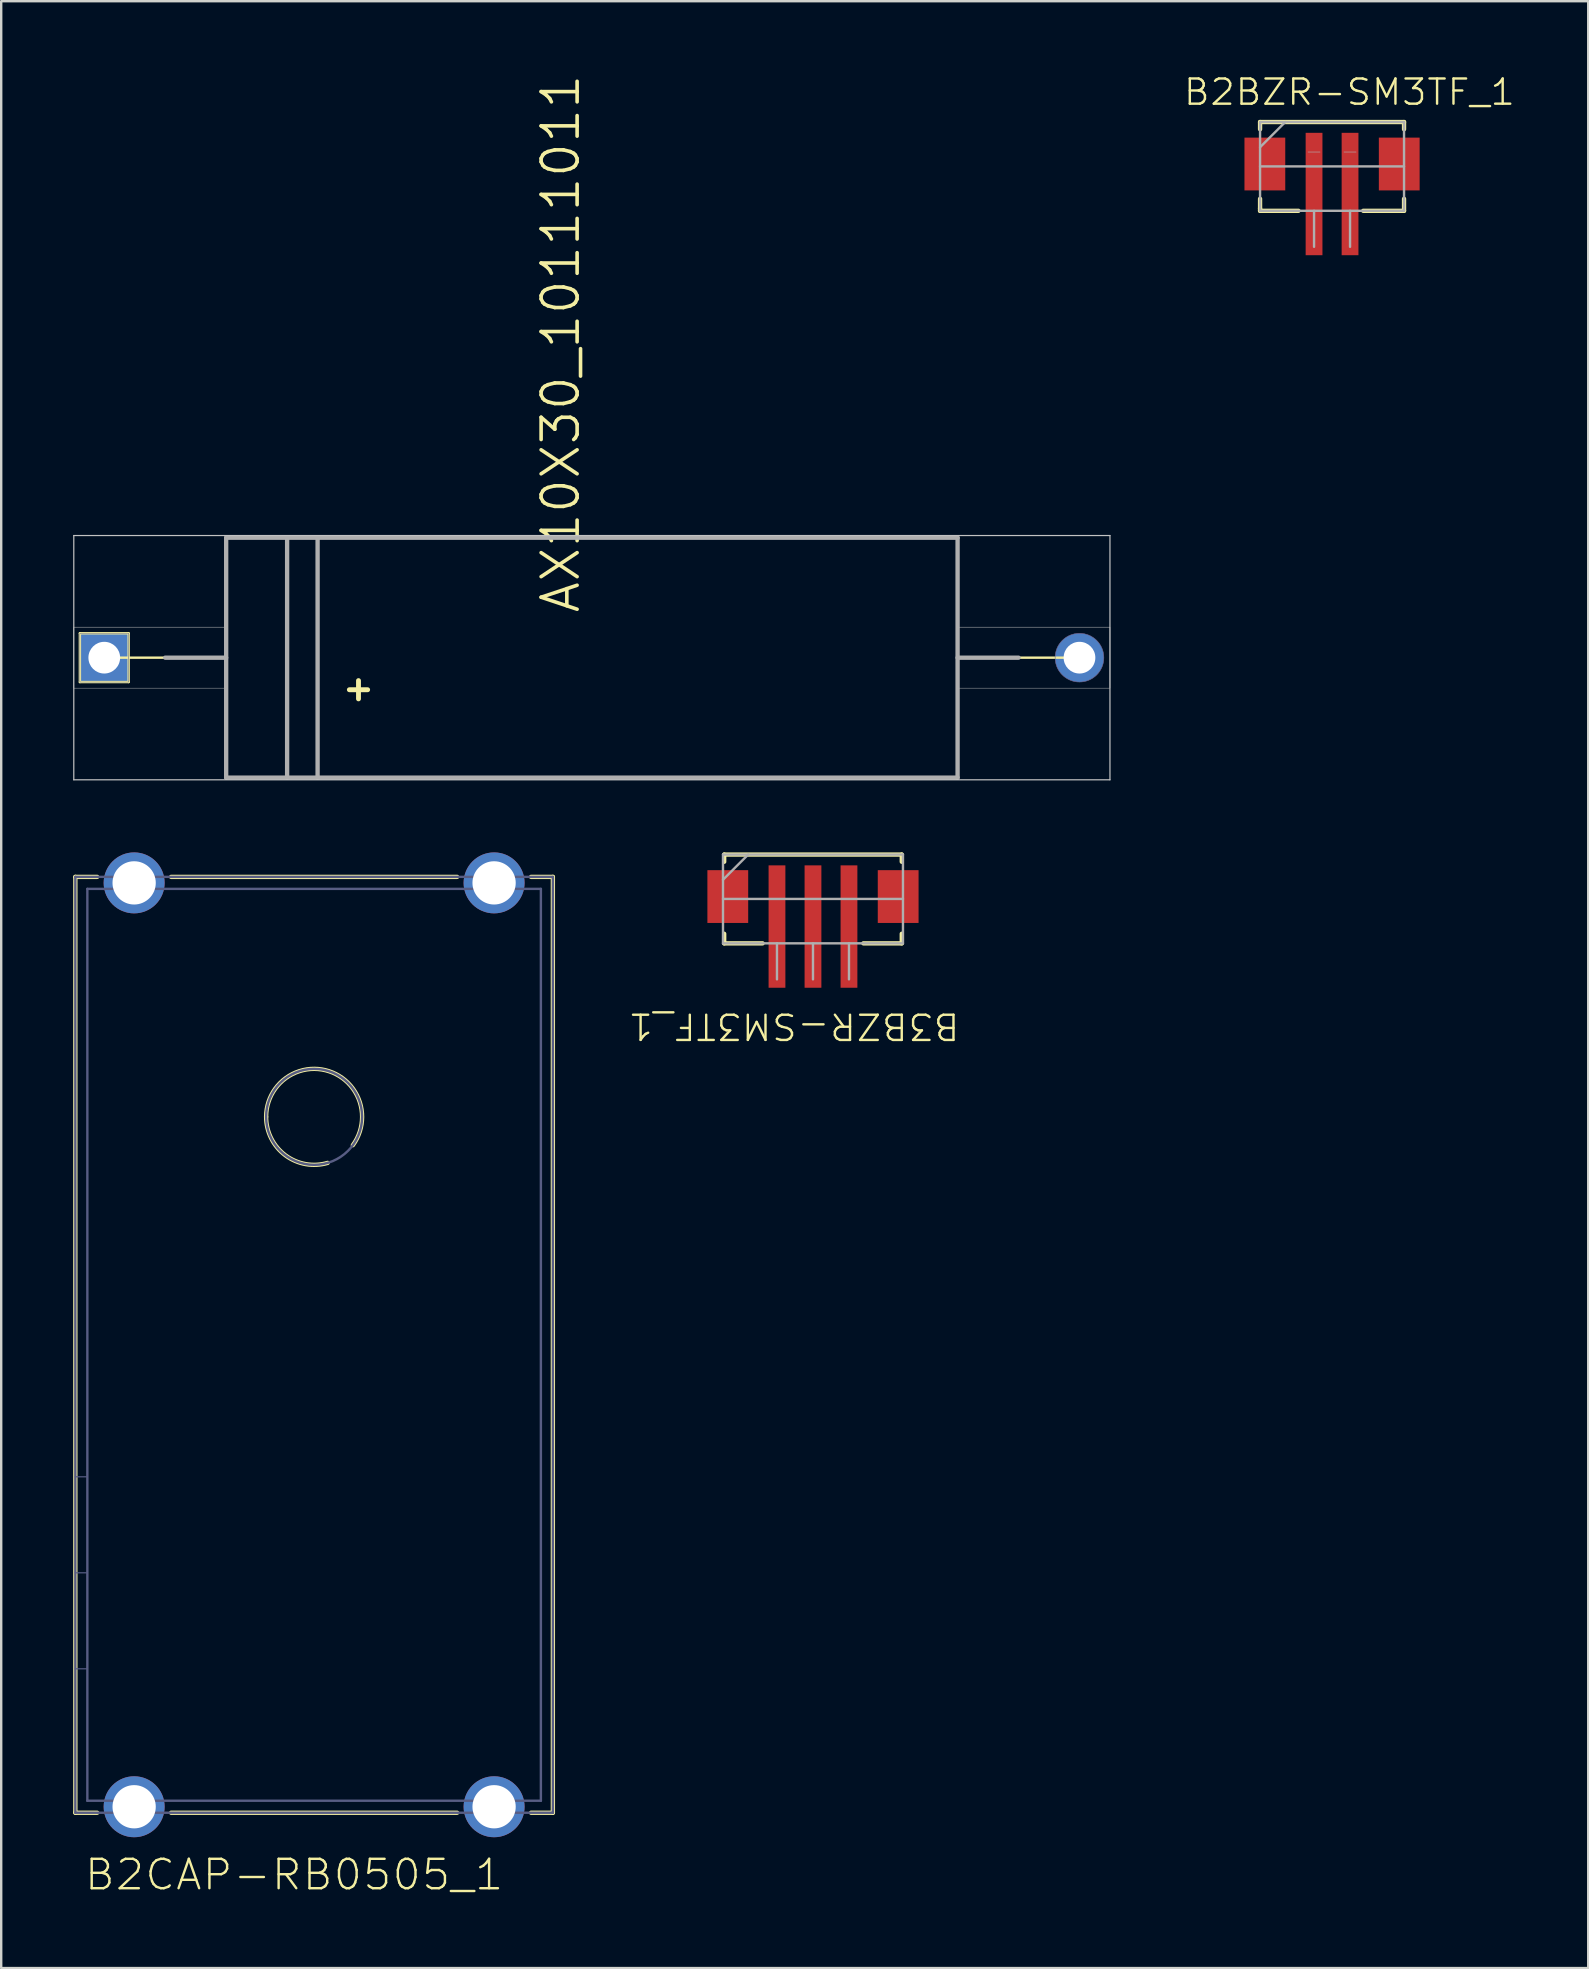
<source format=kicad_pcb>
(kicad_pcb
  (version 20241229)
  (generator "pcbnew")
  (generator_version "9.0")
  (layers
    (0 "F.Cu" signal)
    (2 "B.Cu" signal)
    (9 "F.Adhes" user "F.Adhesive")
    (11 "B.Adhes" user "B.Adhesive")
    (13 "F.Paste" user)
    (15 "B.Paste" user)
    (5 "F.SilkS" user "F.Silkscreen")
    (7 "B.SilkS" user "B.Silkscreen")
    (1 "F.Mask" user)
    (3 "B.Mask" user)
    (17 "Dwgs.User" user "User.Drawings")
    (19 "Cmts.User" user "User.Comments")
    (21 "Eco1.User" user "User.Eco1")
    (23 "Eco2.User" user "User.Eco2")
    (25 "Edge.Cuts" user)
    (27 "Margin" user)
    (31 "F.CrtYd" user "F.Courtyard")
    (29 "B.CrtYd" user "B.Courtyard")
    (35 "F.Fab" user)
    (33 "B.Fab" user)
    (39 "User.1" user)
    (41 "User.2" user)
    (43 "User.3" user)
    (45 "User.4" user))
  (footprint "B2CAP-RB0505_1"
    (layer "F.Cu")
    (at 10.04 52.992)
    (property "Reference" "B2CAP-RB0505_1" (at -0.835 22.082 0) (unlocked yes) (layer "F.SilkS") (effects (font (size 1.225 1.288) (thickness 0.1))))
    (attr smd)
    (fp_line (start -9.95 -19.5) (end -9.95 19.5) (stroke (width 0.18) (type solid)) (layer "F.SilkS"))
    (fp_line (start -9.041 -19.5) (end -9.95 -19.5) (stroke (width 0.18) (type solid)) (layer "F.SilkS"))
    (fp_line (start -9.041 19.5) (end -9.95 19.5) (stroke (width 0.18) (type solid)) (layer "F.SilkS"))
    (fp_line (start 5.959 -19.5) (end -5.959 -19.5) (stroke (width 0.18) (type solid)) (layer "F.SilkS"))
    (fp_line (start 5.959 19.5) (end -5.959 19.5) (stroke (width 0.18) (type solid)) (layer "F.SilkS"))
    (fp_line (start 9.95 -19.5) (end 9.041 -19.5) (stroke (width 0.18) (type solid)) (layer "F.SilkS"))
    (fp_line (start 9.95 -19.5) (end 9.95 19.5) (stroke (width 0.18) (type solid)) (layer "F.SilkS"))
    (fp_line (start 9.95 19.5) (end 9.041 19.5) (stroke (width 0.18) (type solid)) (layer "F.SilkS"))
    (fp_arc (start -2 -9.5) (mid 0.621353 -11.401032) (end 1.613921 -8.318789) (stroke (width 0.18) (type solid)) (layer "F.SilkS"))
    (fp_arc (start 0.564683 -7.581372) (mid -1.198047 -7.898537) (end -2 -9.5) (stroke (width 0.18) (type solid)) (layer "F.SilkS"))
    (fp_line (start -9.95 -19.5) (end -9.95 19.5) (stroke (width 0.1) (type solid)) (layer "B.Fab"))
    (fp_line (start -9.45 -19) (end -9.45 19) (stroke (width 0.1) (type solid)) (layer "B.Fab"))
    (fp_line (start -9.45 5.5) (end -9.95 5.5) (stroke (width 0.05) (type solid)) (layer "B.Fab"))
    (fp_line (start -9.45 9.5) (end -9.95 9.5) (stroke (width 0.05) (type solid)) (layer "B.Fab"))
    (fp_line (start -9.45 13.5) (end -9.95 13.5) (stroke (width 0.05) (type solid)) (layer "B.Fab"))
    (fp_line (start 9.45 -19) (end -9.45 -19) (stroke (width 0.1) (type solid)) (layer "B.Fab"))
    (fp_line (start 9.45 -19) (end 9.45 19) (stroke (width 0.1) (type solid)) (layer "B.Fab"))
    (fp_line (start 9.45 19) (end -9.45 19) (stroke (width 0.1) (type solid)) (layer "B.Fab"))
    (fp_line (start 9.95 -19.5) (end -9.95 -19.5) (stroke (width 0.1) (type solid)) (layer "B.Fab"))
    (fp_line (start 9.95 -19.5) (end 9.95 19.5) (stroke (width 0.1) (type solid)) (layer "B.Fab"))
    (fp_line (start 9.95 19.5) (end -9.95 19.5) (stroke (width 0.1) (type solid)) (layer "B.Fab"))
    (fp_arc (start -2 -9.5) (mid 2 -9.5) (end -2 -9.5) (stroke (width 0.1) (type solid)) (layer "B.Fab"))
    (pad "1" thru_hole circle (at -7.5 19.25 180) (size 2.54 2.54) (drill 1.803) (layers "*.Cu" "*.Mask"))
    (pad "2" thru_hole circle (at 7.5 19.25 180) (size 2.54 2.54) (drill 1.803) (layers "*.Cu" "*.Mask"))
    (pad "3" thru_hole circle (at 7.5 -19.25 180) (size 2.54 2.54) (drill 1.803) (layers "*.Cu" "*.Mask"))
    (pad "4" thru_hole circle (at -7.5 -19.25 180) (size 2.54 2.54) (drill 1.803) (layers "*.Cu" "*.Mask")))
  (footprint "B2BZR-SM3TF_1"
    (layer "F.Cu")
    (at 52.46 3.885)
    (property "Reference" "B2BZR-SM3TF_1" (at 0.723 -3.095 0) (unlocked yes) (layer "F.SilkS") (effects (font (size 1.05 1.104) (thickness 0.1))))
    (attr smd)
    (fp_line (start -3 -1.85) (end 3 -1.85) (stroke (width 0.18) (type solid)) (layer "F.SilkS"))
    (fp_line (start -3 -1.55) (end -3 -1.85) (stroke (width 0.18) (type solid)) (layer "F.SilkS"))
    (fp_line (start -3 1.75) (end -3 1.35) (stroke (width 0.18) (type solid)) (layer "F.SilkS"))
    (fp_line (start -3 1.85) (end -3 1.75) (stroke (width 0.18) (type solid)) (layer "F.SilkS"))
    (fp_line (start -3 1.85) (end -1.4 1.85) (stroke (width 0.18) (type solid)) (layer "F.SilkS"))
    (fp_line (start 1.3 1.85) (end 3 1.85) (stroke (width 0.18) (type solid)) (layer "F.SilkS"))
    (fp_line (start 3 -1.55) (end 3 -1.85) (stroke (width 0.18) (type solid)) (layer "F.SilkS"))
    (fp_line (start 3 1.85) (end 3 1.35) (stroke (width 0.18) (type solid)) (layer "F.SilkS"))
    (fp_line (start -3 -1.85) (end 3 -1.85) (stroke (width 0.1) (type solid)) (layer "F.Fab"))
    (fp_line (start -3 -0.8) (end -1.95 -1.85) (stroke (width 0.1) (type solid)) (layer "F.Fab"))
    (fp_line (start -3 0) (end 3 0) (stroke (width 0.1) (type solid)) (layer "F.Fab"))
    (fp_line (start -3 1.85) (end -3 -1.85) (stroke (width 0.1) (type solid)) (layer "F.Fab"))
    (fp_line (start -3 1.85) (end 3 1.85) (stroke (width 0.1) (type solid)) (layer "F.Fab"))
    (fp_line (start -1 -0.6) (end -0.5 -0.6) (stroke (width 0.025) (type solid)) (layer "F.Fab"))
    (fp_line (start -0.75 3.35) (end -0.75 1.85) (stroke (width 0.1) (type solid)) (layer "F.Fab"))
    (fp_line (start 0.5 -0.6) (end 1 -0.6) (stroke (width 0.025) (type solid)) (layer "F.Fab"))
    (fp_line (start 0.75 3.35) (end 0.75 1.85) (stroke (width 0.1) (type solid)) (layer "F.Fab"))
    (fp_line (start 3 1.85) (end 3 -1.85) (stroke (width 0.1) (type solid)) (layer "F.Fab"))
    (pad "1" smd rect (at -0.75 1.15) (size 0.7 5.1) (layers "F.Cu" "F.Mask" "F.Paste"))
    (pad "2" smd rect (at 0.75 1.15) (size 0.7 5.1) (layers "F.Cu" "F.Mask" "F.Paste"))
    (pad "3" smd rect (at 2.8 -0.1) (size 1.7 2.2) (layers "F.Cu" "F.Mask" "F.Paste"))
    (pad "4" smd rect (at -2.8 -0.1) (size 1.7 2.2) (layers "F.Cu" "F.Mask" "F.Paste")))
  (footprint "B3BZR-SM3TF_1"
    (layer "F.Cu")
    (at 30.829 34.412)
    (property "Reference" "B3BZR-SM3TF_1" (at -0.796 5.304 180) (unlocked yes) (layer "F.SilkS") (effects (font (size 1.05 1.104) (thickness 0.1))))
    (attr smd)
    (fp_line (start -3.7 -1.85) (end 3.7 -1.85) (stroke (width 0.18) (type solid)) (layer "F.SilkS"))
    (fp_line (start -3.7 -1.55) (end -3.7 -1.85) (stroke (width 0.18) (type solid)) (layer "F.SilkS"))
    (fp_line (start -3.7 1.85) (end -3.7 1.45) (stroke (width 0.18) (type solid)) (layer "F.SilkS"))
    (fp_line (start -3.7 1.85) (end -2.1 1.85) (stroke (width 0.18) (type solid)) (layer "F.SilkS"))
    (fp_line (start 2.1 1.85) (end 3.7 1.85) (stroke (width 0.18) (type solid)) (layer "F.SilkS"))
    (fp_line (start 3.7 -1.55) (end 3.7 -1.85) (stroke (width 0.18) (type solid)) (layer "F.SilkS"))
    (fp_line (start 3.7 1.85) (end 3.7 1.45) (stroke (width 0.18) (type solid)) (layer "F.SilkS"))
    (fp_line (start -3.75 -1.85) (end 3.75 -1.85) (stroke (width 0.1) (type solid)) (layer "F.Fab"))
    (fp_line (start -3.75 -0.8) (end -2.7 -1.85) (stroke (width 0.1) (type solid)) (layer "F.Fab"))
    (fp_line (start -3.75 0) (end 3.75 0) (stroke (width 0.1) (type solid)) (layer "F.Fab"))
    (fp_line (start -3.75 1.85) (end -3.75 -1.85) (stroke (width 0.1) (type solid)) (layer "F.Fab"))
    (fp_line (start -3.75 1.85) (end 3.75 1.85) (stroke (width 0.1) (type solid)) (layer "F.Fab"))
    (fp_line (start -1.5 3.35) (end -1.5 1.85) (stroke (width 0.1) (type solid)) (layer "F.Fab"))
    (fp_line (start 0 3.35) (end 0 1.85) (stroke (width 0.1) (type solid)) (layer "F.Fab"))
    (fp_line (start 1.5 3.35) (end 1.5 1.85) (stroke (width 0.1) (type solid)) (layer "F.Fab"))
    (fp_line (start 3.75 1.85) (end 3.75 -1.85) (stroke (width 0.1) (type solid)) (layer "F.Fab"))
    (pad "1" smd rect (at -1.5 1.15) (size 0.7 5.1) (layers "F.Cu" "F.Mask" "F.Paste"))
    (pad "2" smd rect (at 0 1.15) (size 0.7 5.1) (layers "F.Cu" "F.Mask" "F.Paste"))
    (pad "3" smd rect (at 1.5 1.15) (size 0.7 5.1) (layers "F.Cu" "F.Mask" "F.Paste"))
    (pad "4" smd rect (at 3.55 -0.1) (size 1.7 2.2) (layers "F.Cu" "F.Mask" "F.Paste"))
    (pad "5" smd rect (at -3.55 -0.1) (size 1.7 2.2) (layers "F.Cu" "F.Mask" "F.Paste")))
  (footprint "AX10X30_10111011"
    (placed yes)
    (layer "F.Cu")
    (at 1.295 24.357)
    (property "Reference" "AX10X30_10111011" (at 19.896 -1.778 90) (layer "F.SilkS") (effects (font (size 1.5 1.5) (thickness 0.15)) (justify left bottom)))
    (attr through_hole)
    (fp_line (start -1.016 -1.016) (end -1.016 1.016) (stroke (width 0.1) (type solid)) (layer "F.SilkS"))
    (fp_line (start -1.016 1.016) (end 1.016 1.016) (stroke (width 0.1) (type solid)) (layer "F.SilkS"))
    (fp_line (start 0 0) (end 5.08 0) (stroke (width 0.1) (type solid)) (layer "F.SilkS"))
    (fp_line (start 1.016 -1.016) (end -1.016 -1.016) (stroke (width 0.1) (type solid)) (layer "F.SilkS"))
    (fp_line (start 1.016 1.016) (end 1.016 -1.016) (stroke (width 0.1) (type solid)) (layer "F.SilkS"))
    (fp_line (start 5.08 -5) (end 5.08 5) (stroke (width 0.1) (type solid)) (layer "F.SilkS"))
    (fp_line (start 5.08 5) (end 35.56 5) (stroke (width 0.1) (type solid)) (layer "F.SilkS"))
    (fp_line (start 7.62 -5) (end 7.62 5) (stroke (width 0.1) (type solid)) (layer "F.SilkS"))
    (fp_line (start 8.89 -5) (end 8.89 5) (stroke (width 0.1) (type solid)) (layer "F.SilkS"))
    (fp_line (start 35.56 -5) (end 5.08 -5) (stroke (width 0.1) (type solid)) (layer "F.SilkS"))
    (fp_line (start 35.56 0) (end 40.64 0) (stroke (width 0.1) (type solid)) (layer "F.SilkS"))
    (fp_line (start 35.56 5) (end 35.56 -5) (stroke (width 0.1) (type solid)) (layer "F.SilkS"))
    (fp_line (start -1.27 -5.09) (end 41.91 -5.09) (stroke (width 0.05) (type solid)) (layer "Dwgs.User"))
    (fp_line (start -1.27 5.09) (end -1.27 -5.09) (stroke (width 0.05) (type solid)) (layer "Dwgs.User"))
    (fp_line (start 41.91 -5.09) (end 41.91 5.09) (stroke (width 0.05) (type solid)) (layer "Dwgs.User"))
    (fp_line (start 41.91 5.09) (end -1.27 5.09) (stroke (width 0.05) (type solid)) (layer "Dwgs.User"))
    (fp_arc (start 41.656 0) (mid 39.624 0) (end 41.656 0) (stroke (width 0.02) (type solid)) (layer "B.Fab"))
    (fp_poly (pts (xy 1.016 -1.016) (xy 1.016 1.016) (xy -1.016 1.016) (xy -1.016 -1.016)) (stroke (width 0.02) (type solid)) (fill no) (layer "B.Fab"))
    (fp_line (start 2.54 0) (end 5.08 0) (stroke (width 0.18) (type solid)) (layer "F.Fab"))
    (fp_line (start 5.08 -5) (end 5.08 5) (stroke (width 0.18) (type solid)) (layer "F.Fab"))
    (fp_line (start 5.08 5) (end 35.56 5) (stroke (width 0.18) (type solid)) (layer "F.Fab"))
    (fp_line (start 7.62 -5) (end 7.62 5) (stroke (width 0.18) (type solid)) (layer "F.Fab"))
    (fp_line (start 8.89 -5) (end 8.89 5) (stroke (width 0.18) (type solid)) (layer "F.Fab"))
    (fp_line (start 35.56 -5) (end 5.08 -5) (stroke (width 0.18) (type solid)) (layer "F.Fab"))
    (fp_line (start 35.56 0) (end 38.1 0) (stroke (width 0.18) (type solid)) (layer "F.Fab"))
    (fp_line (start 35.56 5) (end 35.56 -5) (stroke (width 0.18) (type solid)) (layer "F.Fab"))
    (fp_poly (pts (xy -1.27 -1.27) (xy 5.08 -1.27) (xy 5.08 -5) (xy 35.56 -5) (xy 35.56 -1.27) (xy 41.91 -1.27) (xy 41.91 1.27) (xy 35.56 1.27) (xy 35.56 5) (xy 5.08 5) (xy 5.08 1.27) (xy -1.27 1.27)) (stroke (width 0.02) (type solid)) (fill no) (layer "F.Fab"))
    (fp_text user "+" (at 9.842 1.265 0) (layer "F.SilkS") (effects (font (size 1 1) (thickness 0.203)) (justify left)))
    (pad "+" thru_hole rect (at 0 0) (size 2.032 2.032) (drill 1.321) (layers "*.Cu" "*.Mask"))
    (pad "-" thru_hole circle (at 40.64 0) (size 2.032 2.032) (drill 1.321) (layers "*.Cu" "*.Mask")))
  (gr_rect
    (start -3 -3)
    (end 63.135 78.965)
    (stroke (width 0.1) (type default))
    (fill no)
    (layer "Edge.Cuts")))
</source>
